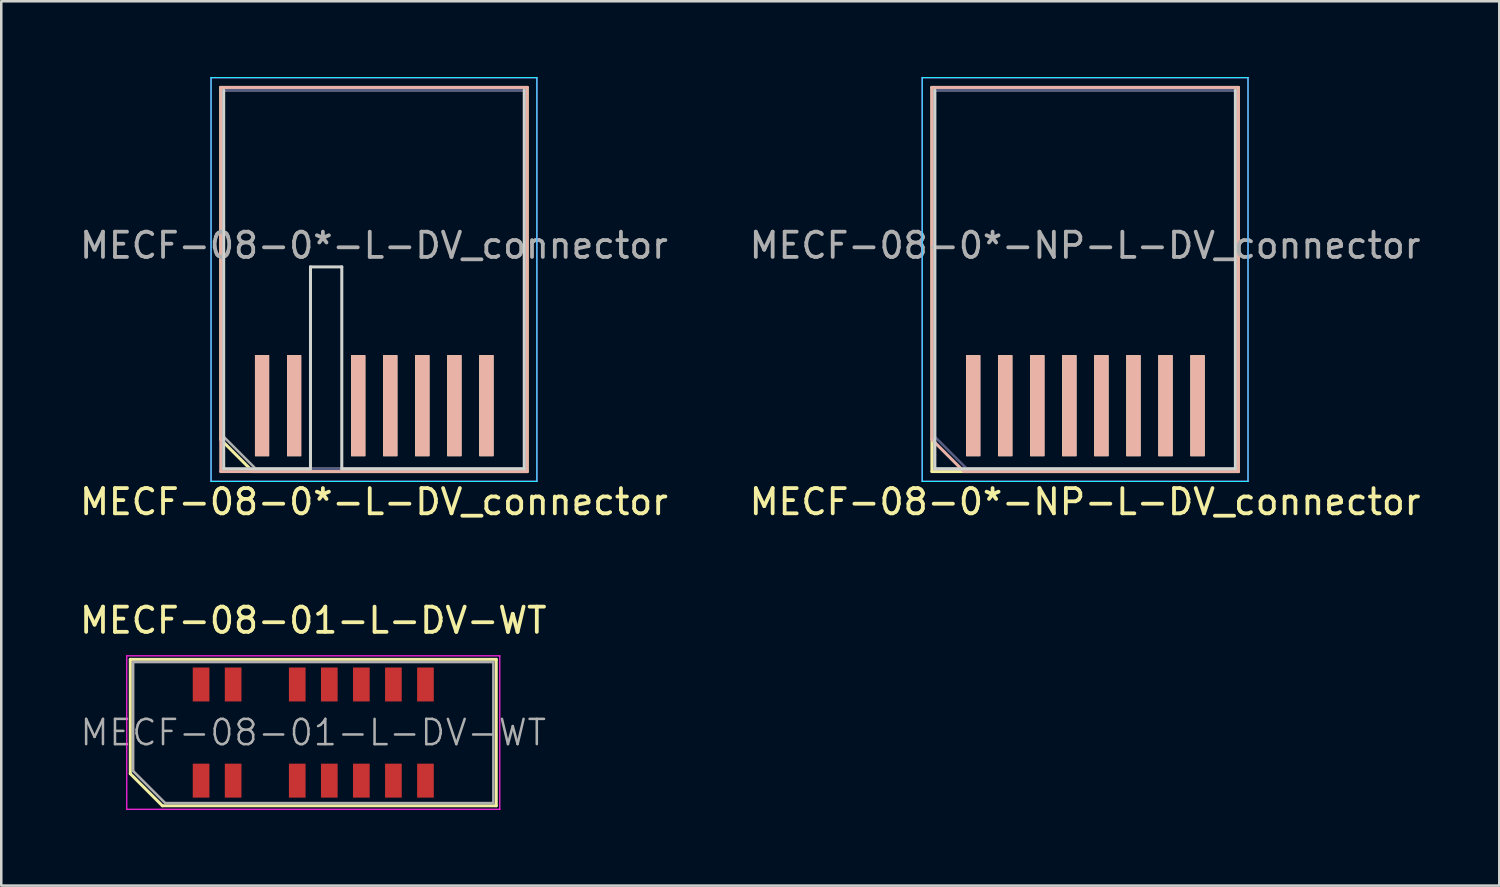
<source format=kicad_pcb>
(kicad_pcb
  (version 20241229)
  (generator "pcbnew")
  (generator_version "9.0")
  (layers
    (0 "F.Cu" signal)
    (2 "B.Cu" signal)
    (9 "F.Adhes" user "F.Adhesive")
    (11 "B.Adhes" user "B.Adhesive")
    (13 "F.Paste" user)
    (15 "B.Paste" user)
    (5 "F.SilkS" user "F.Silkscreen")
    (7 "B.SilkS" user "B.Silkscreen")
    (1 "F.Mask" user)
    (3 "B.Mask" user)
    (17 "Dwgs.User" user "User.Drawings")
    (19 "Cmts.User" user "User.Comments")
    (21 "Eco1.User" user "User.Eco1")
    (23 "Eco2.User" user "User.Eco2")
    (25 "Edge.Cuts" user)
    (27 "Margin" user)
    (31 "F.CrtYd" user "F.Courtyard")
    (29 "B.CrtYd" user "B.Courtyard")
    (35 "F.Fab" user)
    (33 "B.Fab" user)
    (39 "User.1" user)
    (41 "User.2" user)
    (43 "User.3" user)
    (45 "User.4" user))
  (footprint "MECF-08-0*-L-DV_connector"
    (layer "F.Cu")
    (at 11.768 13.025)
    (property "Reference" "MECF-08-0*-L-DV_connector" (at 0 3.81 0) (layer "F.SilkS") (effects (font (size 1 1) (thickness 0.15))))
    (attr smd)
    (fp_line (start -6.07 -12.61) (end 6.07 -12.61) (stroke (width 0.12) (type solid)) (layer "F.SilkS"))
    (fp_line (start -6.07 1.34) (end -6.07 -12.61) (stroke (width 0.12) (type solid)) (layer "F.SilkS"))
    (fp_line (start -4.8 2.61) (end -6.07 1.34) (stroke (width 0.12) (type solid)) (layer "F.SilkS"))
    (fp_line (start -4.8 2.61) (end 6.07 2.61) (stroke (width 0.12) (type solid)) (layer "F.SilkS"))
    (fp_line (start 6.07 2.61) (end 6.07 -12.61) (stroke (width 0.12) (type solid)) (layer "F.SilkS"))
    (fp_line (start -6.07 -12.61) (end 6.07 -12.61) (stroke (width 0.12) (type solid)) (layer "B.SilkS"))
    (fp_line (start -6.07 2.61) (end -6.07 -12.61) (stroke (width 0.12) (type solid)) (layer "B.SilkS"))
    (fp_line (start -6.07 2.61) (end 6.07 2.61) (stroke (width 0.12) (type solid)) (layer "B.SilkS"))
    (fp_line (start 6.07 2.61) (end 6.07 -12.61) (stroke (width 0.12) (type solid)) (layer "B.SilkS"))
    (fp_line (start -5.955 2.5) (end -5.955 -12.5) (stroke (width 0.12) (type solid)) (layer "Edge.Cuts"))
    (fp_line (start -5.955 2.5) (end -2.515 2.5) (stroke (width 0.12) (type solid)) (layer "Edge.Cuts"))
    (fp_line (start -2.515 -5.5) (end -1.275 -5.5) (stroke (width 0.12) (type solid)) (layer "Edge.Cuts"))
    (fp_line (start -2.515 2.5) (end -2.515 -5.5) (stroke (width 0.12) (type solid)) (layer "Edge.Cuts"))
    (fp_line (start -1.275 2.5) (end -1.275 -5.5) (stroke (width 0.12) (type solid)) (layer "Edge.Cuts"))
    (fp_line (start -1.275 2.5) (end 5.955 2.5) (stroke (width 0.12) (type solid)) (layer "Edge.Cuts"))
    (fp_line (start 5.955 2.5) (end 5.955 -12.5) (stroke (width 0.12) (type solid)) (layer "Edge.Cuts"))
    (fp_line (start -6.455 -13) (end -6.455 3) (stroke (width 0.05) (type solid)) (layer "B.CrtYd"))
    (fp_line (start -6.455 3) (end 6.455 3) (stroke (width 0.05) (type solid)) (layer "B.CrtYd"))
    (fp_line (start 6.455 -13) (end -6.455 -13) (stroke (width 0.05) (type solid)) (layer "B.CrtYd"))
    (fp_line (start 6.455 3) (end 6.455 -13) (stroke (width 0.05) (type solid)) (layer "B.CrtYd"))
    (fp_line (start -6.455 -13) (end -6.455 3) (stroke (width 0.05) (type solid)) (layer "F.CrtYd"))
    (fp_line (start -6.455 3) (end 6.455 3) (stroke (width 0.05) (type solid)) (layer "F.CrtYd"))
    (fp_line (start 6.455 -13) (end -6.455 -13) (stroke (width 0.05) (type solid)) (layer "F.CrtYd"))
    (fp_line (start 6.455 3) (end 6.455 -13) (stroke (width 0.05) (type solid)) (layer "F.CrtYd"))
    (fp_line (start -5.955 -12.5) (end 5.955 -12.5) (stroke (width 0.1) (type solid)) (layer "B.Fab"))
    (fp_line (start -5.955 2.5) (end -5.955 -12.5) (stroke (width 0.1) (type solid)) (layer "B.Fab"))
    (fp_line (start -5.955 2.5) (end 5.955 2.5) (stroke (width 0.1) (type solid)) (layer "B.Fab"))
    (fp_line (start 5.955 2.5) (end 5.955 -12.5) (stroke (width 0.1) (type solid)) (layer "B.Fab"))
    (fp_line (start -5.955 -12.5) (end 5.955 -12.5) (stroke (width 0.1) (type solid)) (layer "F.Fab"))
    (fp_line (start -5.955 1.23) (end -5.955 -12.5) (stroke (width 0.1) (type solid)) (layer "F.Fab"))
    (fp_line (start -5.955 1.23) (end -4.685 2.5) (stroke (width 0.1) (type solid)) (layer "F.Fab"))
    (fp_line (start -4.685 2.5) (end 5.955 2.5) (stroke (width 0.1) (type solid)) (layer "F.Fab"))
    (fp_line (start 5.955 2.5) (end 5.955 -12.5) (stroke (width 0.1) (type solid)) (layer "F.Fab"))
    (fp_text user "${REFERENCE}" (at 0 -6.35 0) (layer "F.Fab") (effects (font (size 1 1) (thickness 0.15))))
    (pad "1" smd rect (at -4.435 0) (size 0.56 4) (layers "F.Cu" "F.Mask" "F.SilkS"))
    (pad "2" smd rect (at -4.435 0) (size 0.56 4) (layers "B.Cu" "B.Mask" "B.SilkS"))
    (pad "3" smd rect (at -3.165 0) (size 0.56 4) (layers "F.Cu" "F.Mask" "F.SilkS"))
    (pad "4" smd rect (at -3.165 0) (size 0.56 4) (layers "B.Cu" "B.Mask" "B.SilkS"))
    (pad "7" smd rect (at -0.625 0) (size 0.56 4) (layers "F.Cu" "F.Mask" "F.SilkS"))
    (pad "8" smd rect (at -0.625 0) (size 0.56 4) (layers "B.Cu" "B.Mask" "B.SilkS"))
    (pad "9" smd rect (at 0.645 0) (size 0.56 4) (layers "F.Cu" "F.Mask" "F.SilkS"))
    (pad "10" smd rect (at 0.645 0) (size 0.56 4) (layers "B.Cu" "B.Mask" "B.SilkS"))
    (pad "11" smd rect (at 1.915 0) (size 0.56 4) (layers "F.Cu" "F.Mask" "F.SilkS"))
    (pad "12" smd rect (at 1.915 0) (size 0.56 4) (layers "B.Cu" "B.Mask" "B.SilkS"))
    (pad "13" smd rect (at 3.185 0) (size 0.56 4) (layers "F.Cu" "F.Mask" "F.SilkS"))
    (pad "14" smd rect (at 3.185 0) (size 0.56 4) (layers "B.Cu" "B.Mask" "B.SilkS"))
    (pad "15" smd rect (at 4.455 0) (size 0.56 4) (layers "F.Cu" "F.Mask" "F.SilkS"))
    (pad "16" smd rect (at 4.455 0) (size 0.56 4) (layers "B.Cu" "B.Mask" "B.SilkS")))
  (footprint "MECF-08-01-L-DV-WT"
    (layer "F.Cu")
    (at 9.363 25.977)
    (property "Reference" "MECF-08-01-L-DV-WT" (at 0 -4.445 0) (layer "F.SilkS") (effects (font (size 1 1) (thickness 0.15))))
    (attr smd)
    (fp_line (start -7.25 -2.9) (end -7.25 1.63) (stroke (width 0.12) (type solid)) (layer "F.SilkS"))
    (fp_line (start -7.25 1.63) (end -5.98 2.9) (stroke (width 0.12) (type solid)) (layer "F.SilkS"))
    (fp_line (start -5.98 2.9) (end 7.25 2.9) (stroke (width 0.12) (type solid)) (layer "F.SilkS"))
    (fp_line (start 7.25 -2.9) (end -7.25 -2.9) (stroke (width 0.12) (type solid)) (layer "F.SilkS"))
    (fp_line (start 7.25 2.9) (end 7.25 -2.9) (stroke (width 0.12) (type solid)) (layer "F.SilkS"))
    (fp_line (start -7.39 -3.04) (end -7.39 3.04) (stroke (width 0.05) (type solid)) (layer "F.CrtYd"))
    (fp_line (start -7.39 3.04) (end 7.39 3.04) (stroke (width 0.05) (type solid)) (layer "F.CrtYd"))
    (fp_line (start 7.39 -3.04) (end -7.39 -3.04) (stroke (width 0.05) (type solid)) (layer "F.CrtYd"))
    (fp_line (start 7.39 3.04) (end 7.39 -3.04) (stroke (width 0.05) (type solid)) (layer "F.CrtYd"))
    (fp_line (start -7.137 -2.794) (end -7.137 1.524) (stroke (width 0.1) (type solid)) (layer "F.Fab"))
    (fp_line (start -7.137 1.524) (end -5.867 2.794) (stroke (width 0.1) (type solid)) (layer "F.Fab"))
    (fp_line (start -5.867 2.794) (end 7.137 2.794) (stroke (width 0.1) (type solid)) (layer "F.Fab"))
    (fp_line (start 7.137 -2.794) (end -7.137 -2.794) (stroke (width 0.1) (type solid)) (layer "F.Fab"))
    (fp_line (start 7.137 2.794) (end 7.137 -2.794) (stroke (width 0.1) (type solid)) (layer "F.Fab"))
    (fp_text user "${REFERENCE}" (at 0 0 0) (layer "F.Fab") (effects (font (size 1 1) (thickness 0.1))))
    (pad "1" smd rect (at -4.445 1.905) (size 0.66 1.346) (layers "F.Cu" "F.Mask" "F.Paste"))
    (pad "2" smd rect (at -4.445 -1.905) (size 0.66 1.346) (layers "F.Cu" "F.Mask" "F.Paste"))
    (pad "3" smd rect (at -3.175 1.905) (size 0.66 1.346) (layers "F.Cu" "F.Mask" "F.Paste"))
    (pad "4" smd rect (at -3.175 -1.905) (size 0.66 1.346) (layers "F.Cu" "F.Mask" "F.Paste"))
    (pad "5" smd rect (at -0.635 1.905) (size 0.66 1.346) (layers "F.Cu" "F.Mask" "F.Paste"))
    (pad "6" smd rect (at -0.635 -1.905) (size 0.66 1.346) (layers "F.Cu" "F.Mask" "F.Paste"))
    (pad "7" smd rect (at 0.635 1.905) (size 0.66 1.346) (layers "F.Cu" "F.Mask" "F.Paste"))
    (pad "8" smd rect (at 0.635 -1.905) (size 0.66 1.346) (layers "F.Cu" "F.Mask" "F.Paste"))
    (pad "9" smd rect (at 1.905 1.905) (size 0.66 1.346) (layers "F.Cu" "F.Mask" "F.Paste"))
    (pad "10" smd rect (at 1.905 -1.905) (size 0.66 1.346) (layers "F.Cu" "F.Mask" "F.Paste"))
    (pad "11" smd rect (at 3.175 1.905) (size 0.66 1.346) (layers "F.Cu" "F.Mask" "F.Paste"))
    (pad "12" smd rect (at 3.175 -1.905) (size 0.66 1.346) (layers "F.Cu" "F.Mask" "F.Paste"))
    (pad "13" smd rect (at 4.445 1.905) (size 0.66 1.346) (layers "F.Cu" "F.Mask" "F.Paste"))
    (pad "14" smd rect (at 4.445 -1.905) (size 0.66 1.346) (layers "F.Cu" "F.Mask" "F.Paste")))
  (footprint "MECF-08-0*-NP-L-DV_connector"
    (layer "F.Cu")
    (at 39.946 13.025)
    (property "Reference" "MECF-08-0*-NP-L-DV_connector" (at 0 3.81 0) (layer "F.SilkS") (effects (font (size 1 1) (thickness 0.15))))
    (attr through_hole)
    (fp_line (start -6.07 -12.61) (end 6.07 -12.61) (stroke (width 0.12) (type solid)) (layer "F.SilkS"))
    (fp_line (start -6.07 2.61) (end -6.07 -12.61) (stroke (width 0.12) (type solid)) (layer "F.SilkS"))
    (fp_line (start -6.07 2.61) (end 6.07 2.61) (stroke (width 0.12) (type solid)) (layer "F.SilkS"))
    (fp_line (start 6.07 2.61) (end 6.07 -12.61) (stroke (width 0.12) (type solid)) (layer "F.SilkS"))
    (fp_line (start -6.07 -12.61) (end 6.07 -12.61) (stroke (width 0.12) (type solid)) (layer "B.SilkS"))
    (fp_line (start -6.07 1.34) (end -6.07 -12.61) (stroke (width 0.12) (type solid)) (layer "B.SilkS"))
    (fp_line (start -4.8 2.61) (end -6.07 1.34) (stroke (width 0.12) (type solid)) (layer "B.SilkS"))
    (fp_line (start -4.8 2.61) (end 6.07 2.61) (stroke (width 0.12) (type solid)) (layer "B.SilkS"))
    (fp_line (start 6.07 2.61) (end 6.07 -12.61) (stroke (width 0.12) (type solid)) (layer "B.SilkS"))
    (fp_line (start -5.955 2.5) (end -5.955 -12.5) (stroke (width 0.12) (type solid)) (layer "Edge.Cuts"))
    (fp_line (start -5.955 2.5) (end 5.955 2.5) (stroke (width 0.12) (type solid)) (layer "Edge.Cuts"))
    (fp_line (start 5.955 2.5) (end 5.955 -12.5) (stroke (width 0.12) (type solid)) (layer "Edge.Cuts"))
    (fp_line (start -6.455 -13) (end -6.455 3) (stroke (width 0.05) (type solid)) (layer "B.CrtYd"))
    (fp_line (start -6.455 3) (end 6.455 3) (stroke (width 0.05) (type solid)) (layer "B.CrtYd"))
    (fp_line (start 6.455 -13) (end -6.455 -13) (stroke (width 0.05) (type solid)) (layer "B.CrtYd"))
    (fp_line (start 6.455 3) (end 6.455 -13) (stroke (width 0.05) (type solid)) (layer "B.CrtYd"))
    (fp_line (start -6.455 -13) (end -6.455 3) (stroke (width 0.05) (type solid)) (layer "F.CrtYd"))
    (fp_line (start -6.455 3) (end 6.455 3) (stroke (width 0.05) (type solid)) (layer "F.CrtYd"))
    (fp_line (start 6.455 -13) (end -6.455 -13) (stroke (width 0.05) (type solid)) (layer "F.CrtYd"))
    (fp_line (start 6.455 3) (end 6.455 -13) (stroke (width 0.05) (type solid)) (layer "F.CrtYd"))
    (fp_line (start -5.955 -12.5) (end 5.955 -12.5) (stroke (width 0.1) (type solid)) (layer "B.Fab"))
    (fp_line (start -5.955 1.23) (end -5.955 -12.5) (stroke (width 0.1) (type solid)) (layer "B.Fab"))
    (fp_line (start -5.955 1.23) (end -4.685 2.5) (stroke (width 0.1) (type solid)) (layer "B.Fab"))
    (fp_line (start -4.685 2.5) (end 5.955 2.5) (stroke (width 0.1) (type solid)) (layer "B.Fab"))
    (fp_line (start 5.955 2.5) (end 5.955 -12.5) (stroke (width 0.1) (type solid)) (layer "B.Fab"))
    (fp_line (start -5.955 -12.5) (end 5.955 -12.5) (stroke (width 0.1) (type solid)) (layer "F.Fab"))
    (fp_line (start -5.955 2.5) (end -5.955 -12.5) (stroke (width 0.1) (type solid)) (layer "F.Fab"))
    (fp_line (start -5.955 2.5) (end 5.955 2.5) (stroke (width 0.1) (type solid)) (layer "F.Fab"))
    (fp_line (start 5.955 2.5) (end 5.955 -12.5) (stroke (width 0.1) (type solid)) (layer "F.Fab"))
    (fp_text user "${REFERENCE}" (at 0 -6.35 0) (layer "F.Fab") (effects (font (size 1 1) (thickness 0.15))))
    (pad "1" smd rect (at -4.435 0) (size 0.56 4) (layers "F.Cu" "F.Mask" "F.SilkS"))
    (pad "2" smd rect (at -4.435 0) (size 0.56 4) (layers "B.Cu" "B.Mask" "B.SilkS"))
    (pad "3" smd rect (at -3.165 0) (size 0.56 4) (layers "F.Cu" "F.Mask" "F.SilkS"))
    (pad "4" smd rect (at -3.165 0) (size 0.56 4) (layers "B.Cu" "B.Mask" "B.SilkS"))
    (pad "5" smd rect (at -1.895 0) (size 0.56 4) (layers "F.Cu" "F.Mask" "F.SilkS"))
    (pad "6" smd rect (at -1.895 0) (size 0.56 4) (layers "B.Cu" "B.Mask" "B.SilkS"))
    (pad "7" smd rect (at -0.625 0) (size 0.56 4) (layers "F.Cu" "F.Mask" "F.SilkS"))
    (pad "8" smd rect (at -0.625 0) (size 0.56 4) (layers "B.Cu" "B.Mask" "B.SilkS"))
    (pad "9" smd rect (at 0.645 0) (size 0.56 4) (layers "F.Cu" "F.Mask" "F.SilkS"))
    (pad "10" smd rect (at 0.645 0) (size 0.56 4) (layers "B.Cu" "B.Mask" "B.SilkS"))
    (pad "11" smd rect (at 1.915 0) (size 0.56 4) (layers "F.Cu" "F.Mask" "F.SilkS"))
    (pad "12" smd rect (at 1.915 0) (size 0.56 4) (layers "B.Cu" "B.Mask" "B.SilkS"))
    (pad "13" smd rect (at 3.185 0) (size 0.56 4) (layers "F.Cu" "F.Mask" "F.SilkS"))
    (pad "14" smd rect (at 3.185 0) (size 0.56 4) (layers "B.Cu" "B.Mask" "B.SilkS"))
    (pad "15" smd rect (at 4.455 0) (size 0.56 4) (layers "F.Cu" "F.Mask" "F.SilkS"))
    (pad "16" smd rect (at 4.455 0) (size 0.56 4) (layers "B.Cu" "B.Mask" "B.SilkS")))
  (gr_rect
    (start -3 -3)
    (end 56.357 32.041)
    (stroke (width 0.1) (type default))
    (fill no)
    (layer "Edge.Cuts")))
</source>
